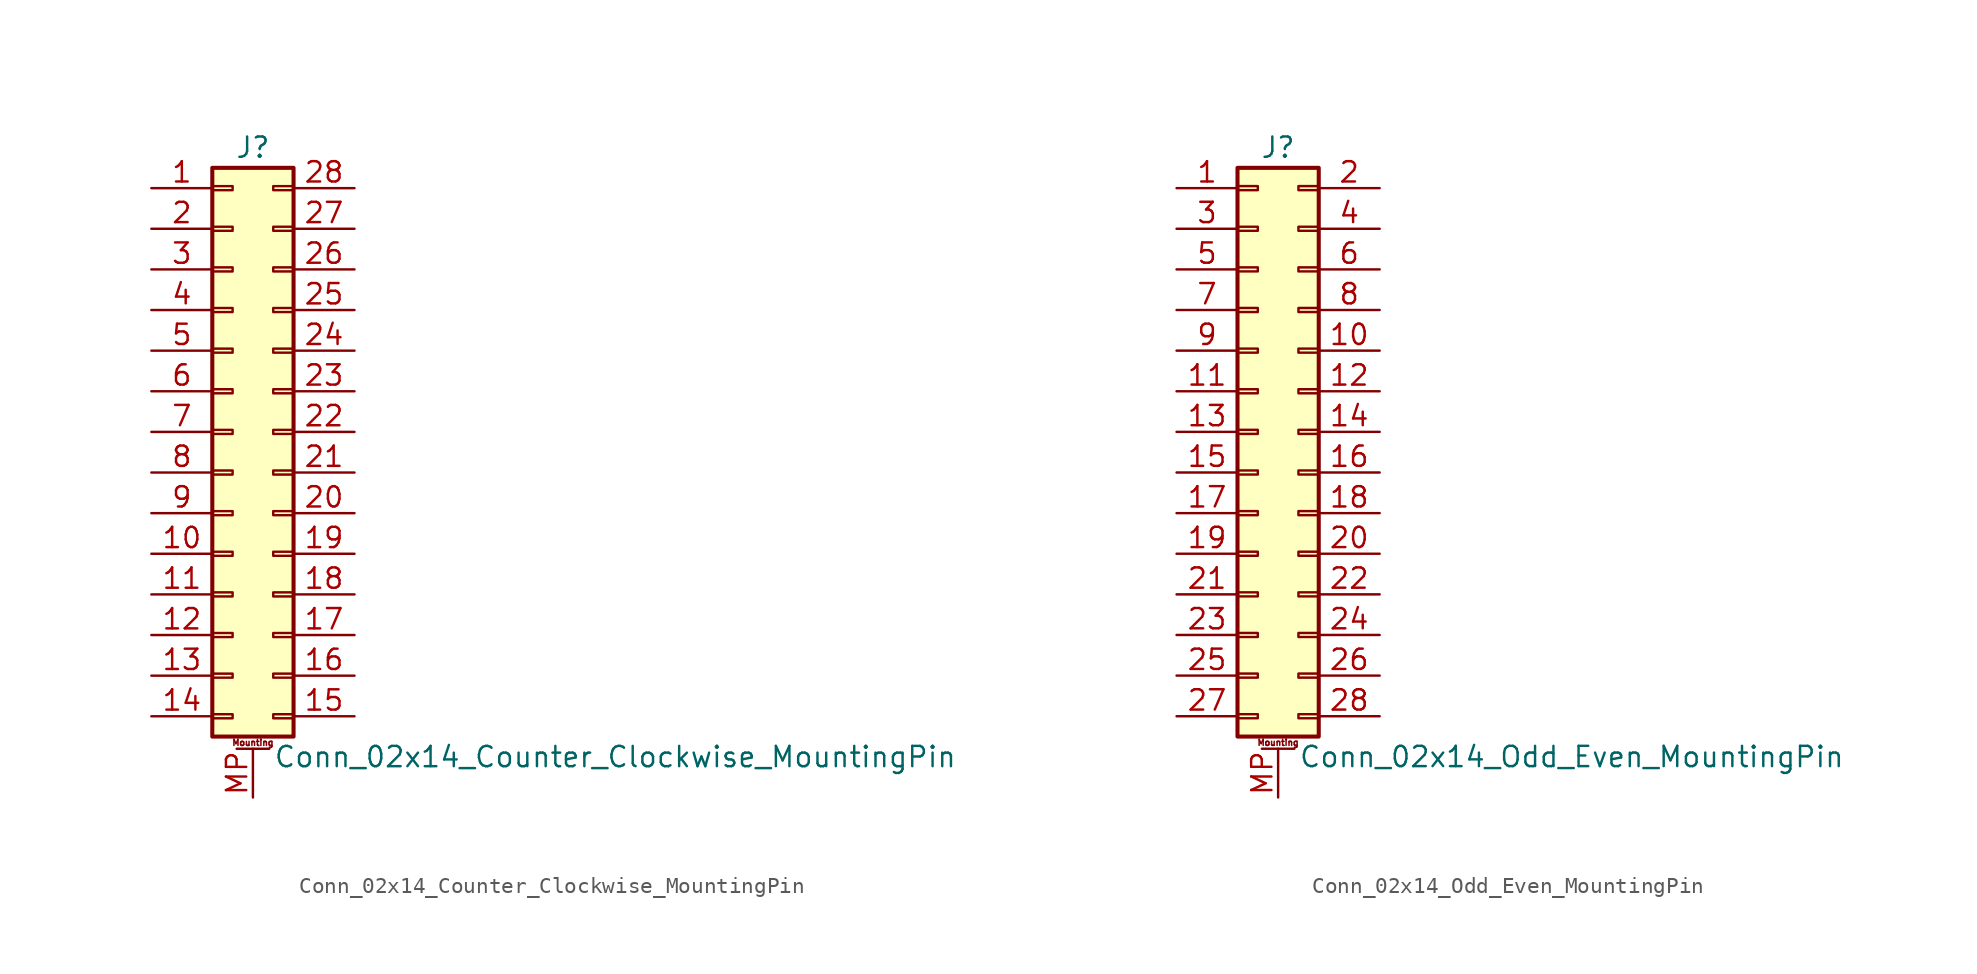
<source format=kicad_sym>
(kicad_symbol_lib
  (version 20201005)
  (generator kicad_symbol_editor)
  (symbol "Conn_02x14_Counter_Clockwise_MountingPin"
    (pin_names
      (offset 1.016) hide)
    (property "Reference" "J"
      (at 1.27 17.78 0)
      (effects (font (size 1.27 1.27))))
    (property "Value" "Conn_02x14_Counter_Clockwise_MountingPin"
      (at 2.54 -20.32 0)
      (effects (font (size 1.27 1.27)) (justify left)))
    (symbol "Conn_02x14_Counter_Clockwise_MountingPin_1_1"
      (text "Mounting" (at 1.27 -19.431 0) (effects (font (size 0.381 0.381))))
      (rectangle (start -1.27 -17.653) (end 0 -17.907) (stroke (width 0.152)) (fill (type none)))
      (rectangle (start -1.27 -15.113) (end 0 -15.367) (stroke (width 0.152)) (fill (type none)))
      (rectangle (start -1.27 -12.573) (end 0 -12.827) (stroke (width 0.152)) (fill (type none)))
      (rectangle (start -1.27 -10.033) (end 0 -10.287) (stroke (width 0.152)) (fill (type none)))
      (rectangle (start -1.27 -7.493) (end 0 -7.747) (stroke (width 0.152)) (fill (type none)))
      (rectangle (start -1.27 -4.953) (end 0 -5.207) (stroke (width 0.152)) (fill (type none)))
      (rectangle (start -1.27 -2.413) (end 0 -2.667) (stroke (width 0.152)) (fill (type none)))
      (rectangle (start -1.27 0.127) (end 0 -0.127) (stroke (width 0.152)) (fill (type none)))
      (rectangle (start -1.27 2.667) (end 0 2.413) (stroke (width 0.152)) (fill (type none)))
      (rectangle (start -1.27 5.207) (end 0 4.953) (stroke (width 0.152)) (fill (type none)))
      (rectangle (start -1.27 7.747) (end 0 7.493) (stroke (width 0.152)) (fill (type none)))
      (rectangle (start -1.27 10.287) (end 0 10.033) (stroke (width 0.152)) (fill (type none)))
      (rectangle (start -1.27 12.827) (end 0 12.573) (stroke (width 0.152)) (fill (type none)))
      (rectangle (start -1.27 15.367) (end 0 15.113) (stroke (width 0.152)) (fill (type none)))
      (rectangle (start 3.81 -17.653) (end 2.54 -17.907) (stroke (width 0.152)) (fill (type none)))
      (rectangle (start 3.81 -15.113) (end 2.54 -15.367) (stroke (width 0.152)) (fill (type none)))
      (rectangle (start 3.81 -12.573) (end 2.54 -12.827) (stroke (width 0.152)) (fill (type none)))
      (rectangle (start 3.81 -10.033) (end 2.54 -10.287) (stroke (width 0.152)) (fill (type none)))
      (rectangle (start 3.81 -7.493) (end 2.54 -7.747) (stroke (width 0.152)) (fill (type none)))
      (rectangle (start 3.81 -4.953) (end 2.54 -5.207) (stroke (width 0.152)) (fill (type none)))
      (rectangle (start 3.81 -2.413) (end 2.54 -2.667) (stroke (width 0.152)) (fill (type none)))
      (rectangle (start 3.81 0.127) (end 2.54 -0.127) (stroke (width 0.152)) (fill (type none)))
      (rectangle (start 3.81 2.667) (end 2.54 2.413) (stroke (width 0.152)) (fill (type none)))
      (rectangle (start 3.81 5.207) (end 2.54 4.953) (stroke (width 0.152)) (fill (type none)))
      (rectangle (start 3.81 7.747) (end 2.54 7.493) (stroke (width 0.152)) (fill (type none)))
      (rectangle (start 3.81 10.287) (end 2.54 10.033) (stroke (width 0.152)) (fill (type none)))
      (rectangle (start 3.81 12.827) (end 2.54 12.573) (stroke (width 0.152)) (fill (type none)))
      (rectangle (start 3.81 15.367) (end 2.54 15.113) (stroke (width 0.152)) (fill (type none)))
      (rectangle (start -1.27 16.51) (end 3.81 -19.05) (stroke (width 0.254)) (fill (type background)))
      (polyline (pts (xy 0.254 -19.812) (xy 2.286 -19.812)) (stroke (width 0.152)) (fill (type none)))
      (pin passive line (at -5.08 15.24 0) (length 3.81) (name "Pin_1" (effects (font (size 1.27 1.27)))) (number "1" (effects (font (size 1.27 1.27)))))
      (pin passive line (at -5.08 -7.62 0) (length 3.81) (name "Pin_10" (effects (font (size 1.27 1.27)))) (number "10" (effects (font (size 1.27 1.27)))))
      (pin passive line (at -5.08 -10.16 0) (length 3.81) (name "Pin_11" (effects (font (size 1.27 1.27)))) (number "11" (effects (font (size 1.27 1.27)))))
      (pin passive line (at -5.08 -12.7 0) (length 3.81) (name "Pin_12" (effects (font (size 1.27 1.27)))) (number "12" (effects (font (size 1.27 1.27)))))
      (pin passive line (at -5.08 -15.24 0) (length 3.81) (name "Pin_13" (effects (font (size 1.27 1.27)))) (number "13" (effects (font (size 1.27 1.27)))))
      (pin passive line (at -5.08 -17.78 0) (length 3.81) (name "Pin_14" (effects (font (size 1.27 1.27)))) (number "14" (effects (font (size 1.27 1.27)))))
      (pin passive line (at 7.62 -17.78 180) (length 3.81) (name "Pin_15" (effects (font (size 1.27 1.27)))) (number "15" (effects (font (size 1.27 1.27)))))
      (pin passive line (at 7.62 -15.24 180) (length 3.81) (name "Pin_16" (effects (font (size 1.27 1.27)))) (number "16" (effects (font (size 1.27 1.27)))))
      (pin passive line (at 7.62 -12.7 180) (length 3.81) (name "Pin_17" (effects (font (size 1.27 1.27)))) (number "17" (effects (font (size 1.27 1.27)))))
      (pin passive line (at 7.62 -10.16 180) (length 3.81) (name "Pin_18" (effects (font (size 1.27 1.27)))) (number "18" (effects (font (size 1.27 1.27)))))
      (pin passive line (at 7.62 -7.62 180) (length 3.81) (name "Pin_19" (effects (font (size 1.27 1.27)))) (number "19" (effects (font (size 1.27 1.27)))))
      (pin passive line (at -5.08 12.7 0) (length 3.81) (name "Pin_2" (effects (font (size 1.27 1.27)))) (number "2" (effects (font (size 1.27 1.27)))))
      (pin passive line (at 7.62 -5.08 180) (length 3.81) (name "Pin_20" (effects (font (size 1.27 1.27)))) (number "20" (effects (font (size 1.27 1.27)))))
      (pin passive line (at 7.62 -2.54 180) (length 3.81) (name "Pin_21" (effects (font (size 1.27 1.27)))) (number "21" (effects (font (size 1.27 1.27)))))
      (pin passive line (at 7.62 0 180) (length 3.81) (name "Pin_22" (effects (font (size 1.27 1.27)))) (number "22" (effects (font (size 1.27 1.27)))))
      (pin passive line (at 7.62 2.54 180) (length 3.81) (name "Pin_23" (effects (font (size 1.27 1.27)))) (number "23" (effects (font (size 1.27 1.27)))))
      (pin passive line (at 7.62 5.08 180) (length 3.81) (name "Pin_24" (effects (font (size 1.27 1.27)))) (number "24" (effects (font (size 1.27 1.27)))))
      (pin passive line (at 7.62 7.62 180) (length 3.81) (name "Pin_25" (effects (font (size 1.27 1.27)))) (number "25" (effects (font (size 1.27 1.27)))))
      (pin passive line (at 7.62 10.16 180) (length 3.81) (name "Pin_26" (effects (font (size 1.27 1.27)))) (number "26" (effects (font (size 1.27 1.27)))))
      (pin passive line (at 7.62 12.7 180) (length 3.81) (name "Pin_27" (effects (font (size 1.27 1.27)))) (number "27" (effects (font (size 1.27 1.27)))))
      (pin passive line (at 7.62 15.24 180) (length 3.81) (name "Pin_28" (effects (font (size 1.27 1.27)))) (number "28" (effects (font (size 1.27 1.27)))))
      (pin passive line (at -5.08 10.16 0) (length 3.81) (name "Pin_3" (effects (font (size 1.27 1.27)))) (number "3" (effects (font (size 1.27 1.27)))))
      (pin passive line (at -5.08 7.62 0) (length 3.81) (name "Pin_4" (effects (font (size 1.27 1.27)))) (number "4" (effects (font (size 1.27 1.27)))))
      (pin passive line (at -5.08 5.08 0) (length 3.81) (name "Pin_5" (effects (font (size 1.27 1.27)))) (number "5" (effects (font (size 1.27 1.27)))))
      (pin passive line (at -5.08 2.54 0) (length 3.81) (name "Pin_6" (effects (font (size 1.27 1.27)))) (number "6" (effects (font (size 1.27 1.27)))))
      (pin passive line (at -5.08 0 0) (length 3.81) (name "Pin_7" (effects (font (size 1.27 1.27)))) (number "7" (effects (font (size 1.27 1.27)))))
      (pin passive line (at -5.08 -2.54 0) (length 3.81) (name "Pin_8" (effects (font (size 1.27 1.27)))) (number "8" (effects (font (size 1.27 1.27)))))
      (pin passive line (at -5.08 -5.08 0) (length 3.81) (name "Pin_9" (effects (font (size 1.27 1.27)))) (number "9" (effects (font (size 1.27 1.27)))))
      (pin passive line (at 1.27 -22.86 90) (length 3.048) (name "MountPin" (effects (font (size 1.27 1.27)))) (number "MP" (effects (font (size 1.27 1.27)))))))
  (symbol "Conn_02x14_Odd_Even_MountingPin"
    (pin_names
      (offset 1.016) hide)
    (property "Reference" "J"
      (at 1.27 17.78 0)
      (effects (font (size 1.27 1.27))))
    (property "Value" "Conn_02x14_Odd_Even_MountingPin"
      (at 2.54 -20.32 0)
      (effects (font (size 1.27 1.27)) (justify left)))
    (symbol "Conn_02x14_Odd_Even_MountingPin_1_1"
      (text "Mounting" (at 1.27 -19.431 0) (effects (font (size 0.381 0.381))))
      (rectangle (start -1.27 -17.653) (end 0 -17.907) (stroke (width 0.152)) (fill (type none)))
      (rectangle (start -1.27 -15.113) (end 0 -15.367) (stroke (width 0.152)) (fill (type none)))
      (rectangle (start -1.27 -12.573) (end 0 -12.827) (stroke (width 0.152)) (fill (type none)))
      (rectangle (start -1.27 -10.033) (end 0 -10.287) (stroke (width 0.152)) (fill (type none)))
      (rectangle (start -1.27 -7.493) (end 0 -7.747) (stroke (width 0.152)) (fill (type none)))
      (rectangle (start -1.27 -4.953) (end 0 -5.207) (stroke (width 0.152)) (fill (type none)))
      (rectangle (start -1.27 -2.413) (end 0 -2.667) (stroke (width 0.152)) (fill (type none)))
      (rectangle (start -1.27 0.127) (end 0 -0.127) (stroke (width 0.152)) (fill (type none)))
      (rectangle (start -1.27 2.667) (end 0 2.413) (stroke (width 0.152)) (fill (type none)))
      (rectangle (start -1.27 5.207) (end 0 4.953) (stroke (width 0.152)) (fill (type none)))
      (rectangle (start -1.27 7.747) (end 0 7.493) (stroke (width 0.152)) (fill (type none)))
      (rectangle (start -1.27 10.287) (end 0 10.033) (stroke (width 0.152)) (fill (type none)))
      (rectangle (start -1.27 12.827) (end 0 12.573) (stroke (width 0.152)) (fill (type none)))
      (rectangle (start -1.27 15.367) (end 0 15.113) (stroke (width 0.152)) (fill (type none)))
      (rectangle (start 3.81 -17.653) (end 2.54 -17.907) (stroke (width 0.152)) (fill (type none)))
      (rectangle (start 3.81 -15.113) (end 2.54 -15.367) (stroke (width 0.152)) (fill (type none)))
      (rectangle (start 3.81 -12.573) (end 2.54 -12.827) (stroke (width 0.152)) (fill (type none)))
      (rectangle (start 3.81 -10.033) (end 2.54 -10.287) (stroke (width 0.152)) (fill (type none)))
      (rectangle (start 3.81 -7.493) (end 2.54 -7.747) (stroke (width 0.152)) (fill (type none)))
      (rectangle (start 3.81 -4.953) (end 2.54 -5.207) (stroke (width 0.152)) (fill (type none)))
      (rectangle (start 3.81 -2.413) (end 2.54 -2.667) (stroke (width 0.152)) (fill (type none)))
      (rectangle (start 3.81 0.127) (end 2.54 -0.127) (stroke (width 0.152)) (fill (type none)))
      (rectangle (start 3.81 2.667) (end 2.54 2.413) (stroke (width 0.152)) (fill (type none)))
      (rectangle (start 3.81 5.207) (end 2.54 4.953) (stroke (width 0.152)) (fill (type none)))
      (rectangle (start 3.81 7.747) (end 2.54 7.493) (stroke (width 0.152)) (fill (type none)))
      (rectangle (start 3.81 10.287) (end 2.54 10.033) (stroke (width 0.152)) (fill (type none)))
      (rectangle (start 3.81 12.827) (end 2.54 12.573) (stroke (width 0.152)) (fill (type none)))
      (rectangle (start 3.81 15.367) (end 2.54 15.113) (stroke (width 0.152)) (fill (type none)))
      (rectangle (start -1.27 16.51) (end 3.81 -19.05) (stroke (width 0.254)) (fill (type background)))
      (polyline (pts (xy 0.254 -19.812) (xy 2.286 -19.812)) (stroke (width 0.152)) (fill (type none)))
      (pin passive line (at -5.08 15.24 0) (length 3.81) (name "Pin_1" (effects (font (size 1.27 1.27)))) (number "1" (effects (font (size 1.27 1.27)))))
      (pin passive line (at 7.62 5.08 180) (length 3.81) (name "Pin_10" (effects (font (size 1.27 1.27)))) (number "10" (effects (font (size 1.27 1.27)))))
      (pin passive line (at -5.08 2.54 0) (length 3.81) (name "Pin_11" (effects (font (size 1.27 1.27)))) (number "11" (effects (font (size 1.27 1.27)))))
      (pin passive line (at 7.62 2.54 180) (length 3.81) (name "Pin_12" (effects (font (size 1.27 1.27)))) (number "12" (effects (font (size 1.27 1.27)))))
      (pin passive line (at -5.08 0 0) (length 3.81) (name "Pin_13" (effects (font (size 1.27 1.27)))) (number "13" (effects (font (size 1.27 1.27)))))
      (pin passive line (at 7.62 0 180) (length 3.81) (name "Pin_14" (effects (font (size 1.27 1.27)))) (number "14" (effects (font (size 1.27 1.27)))))
      (pin passive line (at -5.08 -2.54 0) (length 3.81) (name "Pin_15" (effects (font (size 1.27 1.27)))) (number "15" (effects (font (size 1.27 1.27)))))
      (pin passive line (at 7.62 -2.54 180) (length 3.81) (name "Pin_16" (effects (font (size 1.27 1.27)))) (number "16" (effects (font (size 1.27 1.27)))))
      (pin passive line (at -5.08 -5.08 0) (length 3.81) (name "Pin_17" (effects (font (size 1.27 1.27)))) (number "17" (effects (font (size 1.27 1.27)))))
      (pin passive line (at 7.62 -5.08 180) (length 3.81) (name "Pin_18" (effects (font (size 1.27 1.27)))) (number "18" (effects (font (size 1.27 1.27)))))
      (pin passive line (at -5.08 -7.62 0) (length 3.81) (name "Pin_19" (effects (font (size 1.27 1.27)))) (number "19" (effects (font (size 1.27 1.27)))))
      (pin passive line (at 7.62 15.24 180) (length 3.81) (name "Pin_2" (effects (font (size 1.27 1.27)))) (number "2" (effects (font (size 1.27 1.27)))))
      (pin passive line (at 7.62 -7.62 180) (length 3.81) (name "Pin_20" (effects (font (size 1.27 1.27)))) (number "20" (effects (font (size 1.27 1.27)))))
      (pin passive line (at -5.08 -10.16 0) (length 3.81) (name "Pin_21" (effects (font (size 1.27 1.27)))) (number "21" (effects (font (size 1.27 1.27)))))
      (pin passive line (at 7.62 -10.16 180) (length 3.81) (name "Pin_22" (effects (font (size 1.27 1.27)))) (number "22" (effects (font (size 1.27 1.27)))))
      (pin passive line (at -5.08 -12.7 0) (length 3.81) (name "Pin_23" (effects (font (size 1.27 1.27)))) (number "23" (effects (font (size 1.27 1.27)))))
      (pin passive line (at 7.62 -12.7 180) (length 3.81) (name "Pin_24" (effects (font (size 1.27 1.27)))) (number "24" (effects (font (size 1.27 1.27)))))
      (pin passive line (at -5.08 -15.24 0) (length 3.81) (name "Pin_25" (effects (font (size 1.27 1.27)))) (number "25" (effects (font (size 1.27 1.27)))))
      (pin passive line (at 7.62 -15.24 180) (length 3.81) (name "Pin_26" (effects (font (size 1.27 1.27)))) (number "26" (effects (font (size 1.27 1.27)))))
      (pin passive line (at -5.08 -17.78 0) (length 3.81) (name "Pin_27" (effects (font (size 1.27 1.27)))) (number "27" (effects (font (size 1.27 1.27)))))
      (pin passive line (at 7.62 -17.78 180) (length 3.81) (name "Pin_28" (effects (font (size 1.27 1.27)))) (number "28" (effects (font (size 1.27 1.27)))))
      (pin passive line (at -5.08 12.7 0) (length 3.81) (name "Pin_3" (effects (font (size 1.27 1.27)))) (number "3" (effects (font (size 1.27 1.27)))))
      (pin passive line (at 7.62 12.7 180) (length 3.81) (name "Pin_4" (effects (font (size 1.27 1.27)))) (number "4" (effects (font (size 1.27 1.27)))))
      (pin passive line (at -5.08 10.16 0) (length 3.81) (name "Pin_5" (effects (font (size 1.27 1.27)))) (number "5" (effects (font (size 1.27 1.27)))))
      (pin passive line (at 7.62 10.16 180) (length 3.81) (name "Pin_6" (effects (font (size 1.27 1.27)))) (number "6" (effects (font (size 1.27 1.27)))))
      (pin passive line (at -5.08 7.62 0) (length 3.81) (name "Pin_7" (effects (font (size 1.27 1.27)))) (number "7" (effects (font (size 1.27 1.27)))))
      (pin passive line (at 7.62 7.62 180) (length 3.81) (name "Pin_8" (effects (font (size 1.27 1.27)))) (number "8" (effects (font (size 1.27 1.27)))))
      (pin passive line (at -5.08 5.08 0) (length 3.81) (name "Pin_9" (effects (font (size 1.27 1.27)))) (number "9" (effects (font (size 1.27 1.27)))))
      (pin passive line (at 1.27 -22.86 90) (length 3.048) (name "MountPin" (effects (font (size 1.27 1.27)))) (number "MP" (effects (font (size 1.27 1.27))))))))
</source>
